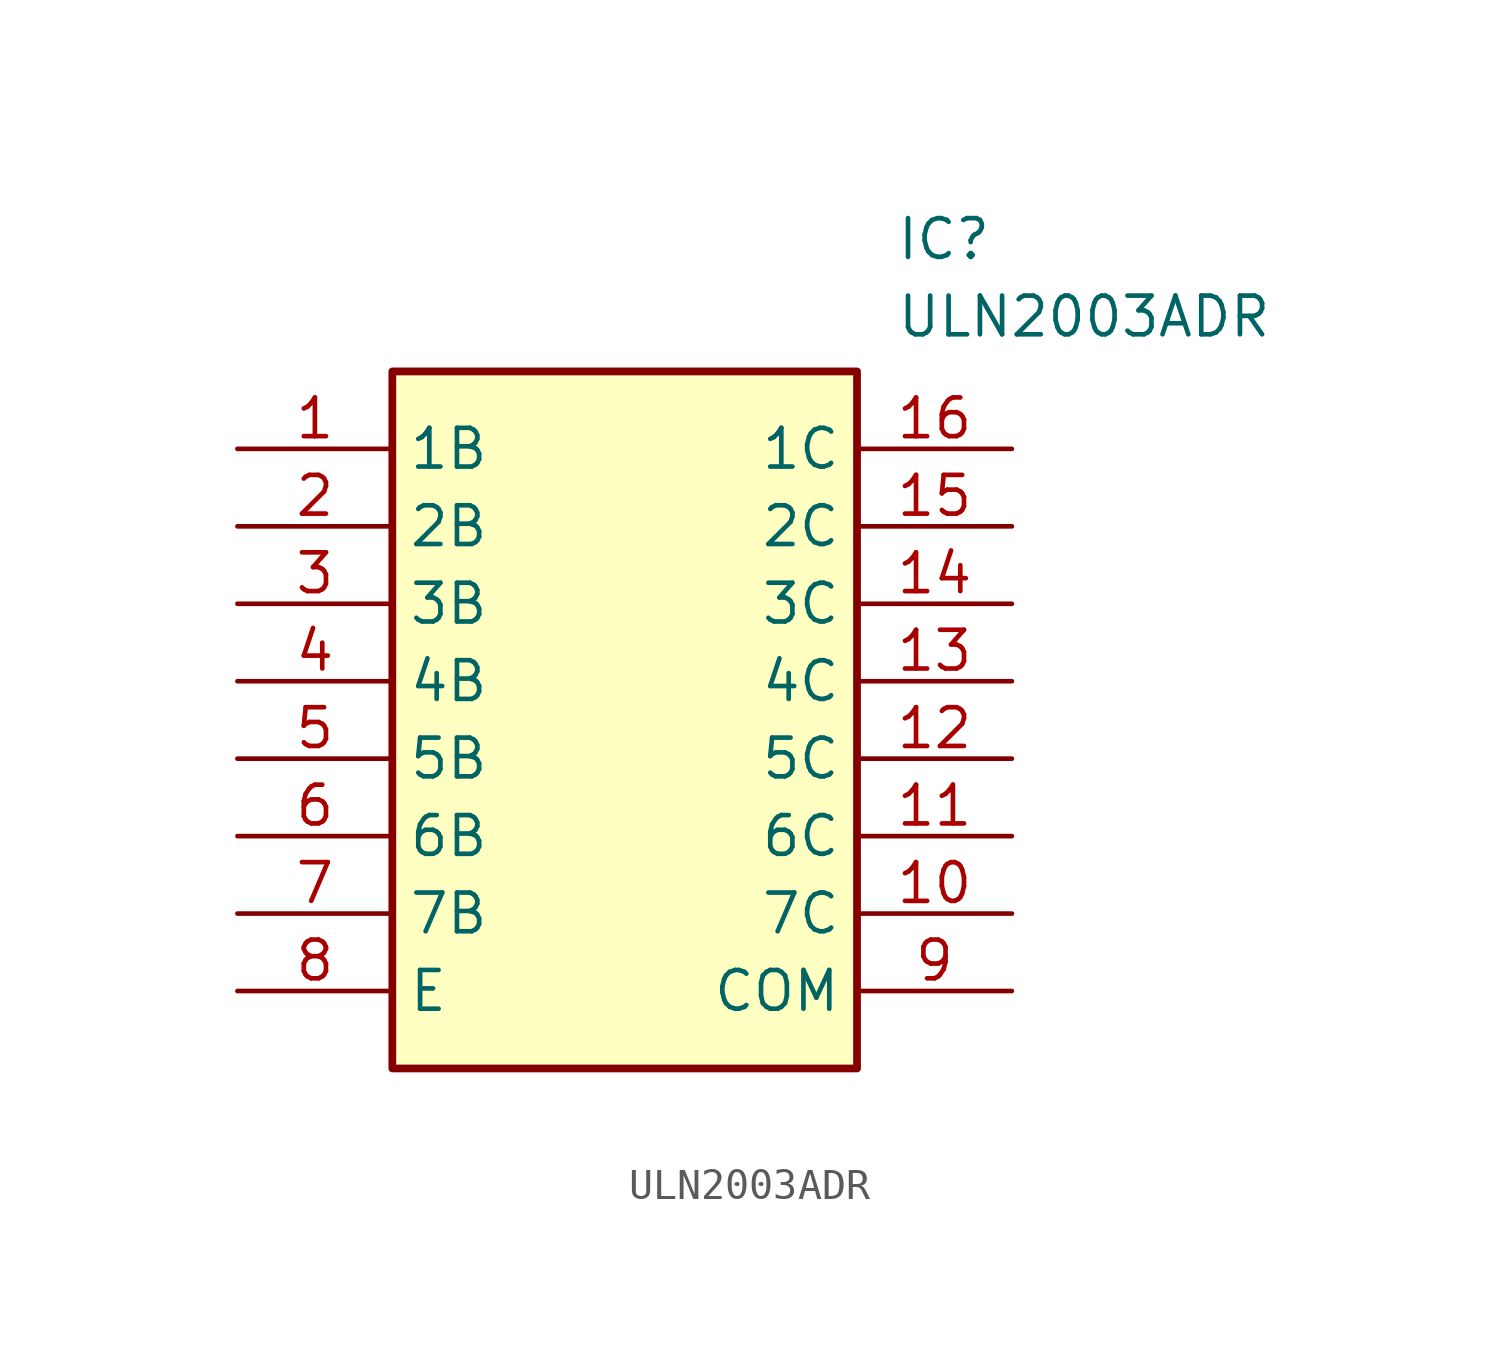
<source format=kicad_sym>
(kicad_symbol_lib
  (version 20220914)
  (generator SamacSys_ECAD_Model)
  (symbol "ULN2003ADR"
    (property "Reference" "IC"
      (at 21.59 7.62 0)
      (effects (font (size 1.27 1.27)) (justify left top)))
    (property "Value" "ULN2003ADR"
      (at 21.59 5.08 0)
      (effects (font (size 1.27 1.27)) (justify left top)))
    (rectangle
      (start 5.08 2.54)
      (end 20.32 -20.32)
      (stroke (width 0.254) (type default))
      (fill (type background)))
    (pin passive line
      (at 0 0 0)
      (length 5.08)
      (name "1B" (effects (font (size 1.27 1.27))))
      (number "1" (effects (font (size 1.27 1.27)))))
    (pin passive line
      (at 0 -2.54 0)
      (length 5.08)
      (name "2B" (effects (font (size 1.27 1.27))))
      (number "2" (effects (font (size 1.27 1.27)))))
    (pin passive line
      (at 0 -5.08 0)
      (length 5.08)
      (name "3B" (effects (font (size 1.27 1.27))))
      (number "3" (effects (font (size 1.27 1.27)))))
    (pin passive line
      (at 0 -7.62 0)
      (length 5.08)
      (name "4B" (effects (font (size 1.27 1.27))))
      (number "4" (effects (font (size 1.27 1.27)))))
    (pin passive line
      (at 0 -10.16 0)
      (length 5.08)
      (name "5B" (effects (font (size 1.27 1.27))))
      (number "5" (effects (font (size 1.27 1.27)))))
    (pin passive line
      (at 0 -12.7 0)
      (length 5.08)
      (name "6B" (effects (font (size 1.27 1.27))))
      (number "6" (effects (font (size 1.27 1.27)))))
    (pin passive line
      (at 0 -15.24 0)
      (length 5.08)
      (name "7B" (effects (font (size 1.27 1.27))))
      (number "7" (effects (font (size 1.27 1.27)))))
    (pin passive line
      (at 0 -17.78 0)
      (length 5.08)
      (name "E" (effects (font (size 1.27 1.27))))
      (number "8" (effects (font (size 1.27 1.27)))))
    (pin passive line
      (at 25.4 0 180)
      (length 5.08)
      (name "1C" (effects (font (size 1.27 1.27))))
      (number "16" (effects (font (size 1.27 1.27)))))
    (pin passive line
      (at 25.4 -2.54 180)
      (length 5.08)
      (name "2C" (effects (font (size 1.27 1.27))))
      (number "15" (effects (font (size 1.27 1.27)))))
    (pin passive line
      (at 25.4 -5.08 180)
      (length 5.08)
      (name "3C" (effects (font (size 1.27 1.27))))
      (number "14" (effects (font (size 1.27 1.27)))))
    (pin passive line
      (at 25.4 -7.62 180)
      (length 5.08)
      (name "4C" (effects (font (size 1.27 1.27))))
      (number "13" (effects (font (size 1.27 1.27)))))
    (pin passive line
      (at 25.4 -10.16 180)
      (length 5.08)
      (name "5C" (effects (font (size 1.27 1.27))))
      (number "12" (effects (font (size 1.27 1.27)))))
    (pin passive line
      (at 25.4 -12.7 180)
      (length 5.08)
      (name "6C" (effects (font (size 1.27 1.27))))
      (number "11" (effects (font (size 1.27 1.27)))))
    (pin passive line
      (at 25.4 -15.24 180)
      (length 5.08)
      (name "7C" (effects (font (size 1.27 1.27))))
      (number "10" (effects (font (size 1.27 1.27)))))
    (pin passive line
      (at 25.4 -17.78 180)
      (length 5.08)
      (name "COM" (effects (font (size 1.27 1.27))))
      (number "9" (effects (font (size 1.27 1.27)))))))
</source>
